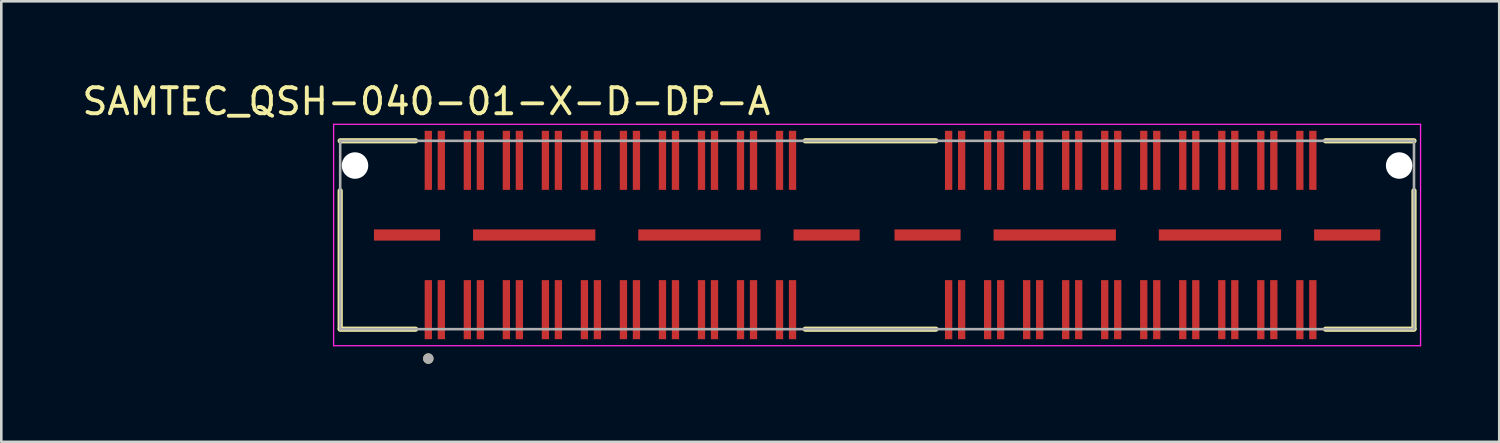
<source format=kicad_pcb>
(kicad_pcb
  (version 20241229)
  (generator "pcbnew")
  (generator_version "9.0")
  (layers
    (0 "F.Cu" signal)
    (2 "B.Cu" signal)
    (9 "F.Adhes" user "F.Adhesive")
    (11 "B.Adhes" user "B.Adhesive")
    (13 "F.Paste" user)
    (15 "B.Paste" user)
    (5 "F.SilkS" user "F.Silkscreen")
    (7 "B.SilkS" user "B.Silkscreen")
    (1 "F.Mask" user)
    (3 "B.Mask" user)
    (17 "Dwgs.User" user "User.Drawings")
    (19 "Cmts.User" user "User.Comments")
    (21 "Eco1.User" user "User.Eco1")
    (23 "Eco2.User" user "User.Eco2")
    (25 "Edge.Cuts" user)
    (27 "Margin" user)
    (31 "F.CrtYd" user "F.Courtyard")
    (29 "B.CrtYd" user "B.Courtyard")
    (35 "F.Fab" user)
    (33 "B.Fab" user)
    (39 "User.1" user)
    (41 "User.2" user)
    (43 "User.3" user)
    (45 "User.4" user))
  (footprint "SAMTEC_QSH-040-01-X-D-DP-A"
    (layer "F.Cu")
    (at 30.664 5.983)
    (property "Reference" "SAMTEC_QSH-040-01-X-D-DP-A" (at -17.325 -5.135 0) (layer "F.SilkS") (effects (font (size 1 1) (thickness 0.15))))
    (attr smd)
    (fp_line (start -20.638 3.6) (end -20.638 -1.7) (stroke (width 0.2) (type solid)) (layer "F.SilkS"))
    (fp_line (start -20.638 3.62) (end -17.74 3.62) (stroke (width 0.2) (type solid)) (layer "F.SilkS"))
    (fp_line (start -17.74 -3.62) (end -20.638 -3.62) (stroke (width 0.2) (type solid)) (layer "F.SilkS"))
    (fp_line (start -2.76 -3.62) (end 2.26 -3.62) (stroke (width 0.2) (type solid)) (layer "F.SilkS"))
    (fp_line (start 2.26 3.62) (end -2.76 3.62) (stroke (width 0.2) (type solid)) (layer "F.SilkS"))
    (fp_line (start 17.24 -3.62) (end 20.638 -3.62) (stroke (width 0.2) (type solid)) (layer "F.SilkS"))
    (fp_line (start 20.638 -1.7) (end 20.638 3.6) (stroke (width 0.2) (type solid)) (layer "F.SilkS"))
    (fp_line (start 20.638 3.62) (end 17.24 3.62) (stroke (width 0.2) (type solid)) (layer "F.SilkS"))
    (fp_circle (center -17.25 4.75) (end -17.15 4.75) (stroke (width 0.2) (type solid)) (fill no) (layer "F.SilkS"))
    (fp_line (start -20.89 -4.255) (end -20.89 4.255) (stroke (width 0.05) (type solid)) (layer "F.CrtYd"))
    (fp_line (start -20.89 4.255) (end 20.89 4.255) (stroke (width 0.05) (type solid)) (layer "F.CrtYd"))
    (fp_line (start 20.89 -4.255) (end -20.89 -4.255) (stroke (width 0.05) (type solid)) (layer "F.CrtYd"))
    (fp_line (start 20.89 4.255) (end 20.89 -4.255) (stroke (width 0.05) (type solid)) (layer "F.CrtYd"))
    (fp_line (start -20.638 -3.62) (end 20.638 -3.62) (stroke (width 0.1) (type solid)) (layer "F.Fab"))
    (fp_line (start -20.638 3.62) (end -20.638 -3.62) (stroke (width 0.1) (type solid)) (layer "F.Fab"))
    (fp_line (start 20.638 -3.62) (end 20.638 3.62) (stroke (width 0.1) (type solid)) (layer "F.Fab"))
    (fp_line (start 20.638 3.62) (end -20.638 3.62) (stroke (width 0.1) (type solid)) (layer "F.Fab"))
    (fp_circle (center -17.25 4.75) (end -17.15 4.75) (stroke (width 0.2) (type solid)) (fill no) (layer "F.Fab"))
    (pad "" np_thru_hole circle (at -20.068 -2.67) (size 1.02 1.02) (drill 1.02) (layers "*.Cu" "*.Mask"))
    (pad "" np_thru_hole circle (at 20.068 -2.67) (size 1.02 1.02) (drill 1.02) (layers "*.Cu" "*.Mask"))
    (pad "01" smd rect (at -17.25 2.87) (size 0.28 2.27) (layers "F.Cu" "F.Mask" "F.Paste"))
    (pad "02" smd rect (at -17.25 -2.87) (size 0.28 2.27) (layers "F.Cu" "F.Mask" "F.Paste"))
    (pad "03" smd rect (at -16.75 2.87) (size 0.28 2.27) (layers "F.Cu" "F.Mask" "F.Paste"))
    (pad "04" smd rect (at -16.75 -2.87) (size 0.28 2.27) (layers "F.Cu" "F.Mask" "F.Paste"))
    (pad "05" smd rect (at -15.75 2.87) (size 0.28 2.27) (layers "F.Cu" "F.Mask" "F.Paste"))
    (pad "06" smd rect (at -15.75 -2.87) (size 0.28 2.27) (layers "F.Cu" "F.Mask" "F.Paste"))
    (pad "07" smd rect (at -15.25 2.87) (size 0.28 2.27) (layers "F.Cu" "F.Mask" "F.Paste"))
    (pad "08" smd rect (at -15.25 -2.87) (size 0.28 2.27) (layers "F.Cu" "F.Mask" "F.Paste"))
    (pad "09" smd rect (at -14.25 2.87) (size 0.28 2.27) (layers "F.Cu" "F.Mask" "F.Paste"))
    (pad "10" smd rect (at -14.25 -2.87) (size 0.28 2.27) (layers "F.Cu" "F.Mask" "F.Paste"))
    (pad "11" smd rect (at -13.75 2.87) (size 0.28 2.27) (layers "F.Cu" "F.Mask" "F.Paste"))
    (pad "12" smd rect (at -13.75 -2.87) (size 0.28 2.27) (layers "F.Cu" "F.Mask" "F.Paste"))
    (pad "13" smd rect (at -12.75 2.87) (size 0.28 2.27) (layers "F.Cu" "F.Mask" "F.Paste"))
    (pad "14" smd rect (at -12.75 -2.87) (size 0.28 2.27) (layers "F.Cu" "F.Mask" "F.Paste"))
    (pad "15" smd rect (at -12.25 2.87) (size 0.28 2.27) (layers "F.Cu" "F.Mask" "F.Paste"))
    (pad "16" smd rect (at -12.25 -2.87) (size 0.28 2.27) (layers "F.Cu" "F.Mask" "F.Paste"))
    (pad "17" smd rect (at -11.25 2.87) (size 0.28 2.27) (layers "F.Cu" "F.Mask" "F.Paste"))
    (pad "18" smd rect (at -11.25 -2.87) (size 0.28 2.27) (layers "F.Cu" "F.Mask" "F.Paste"))
    (pad "19" smd rect (at -10.75 2.87) (size 0.28 2.27) (layers "F.Cu" "F.Mask" "F.Paste"))
    (pad "20" smd rect (at -10.75 -2.87) (size 0.28 2.27) (layers "F.Cu" "F.Mask" "F.Paste"))
    (pad "21" smd rect (at -9.75 2.87) (size 0.28 2.27) (layers "F.Cu" "F.Mask" "F.Paste"))
    (pad "22" smd rect (at -9.75 -2.87) (size 0.28 2.27) (layers "F.Cu" "F.Mask" "F.Paste"))
    (pad "23" smd rect (at -9.25 2.87) (size 0.28 2.27) (layers "F.Cu" "F.Mask" "F.Paste"))
    (pad "24" smd rect (at -9.25 -2.87) (size 0.28 2.27) (layers "F.Cu" "F.Mask" "F.Paste"))
    (pad "25" smd rect (at -8.25 2.87) (size 0.28 2.27) (layers "F.Cu" "F.Mask" "F.Paste"))
    (pad "26" smd rect (at -8.25 -2.87) (size 0.28 2.27) (layers "F.Cu" "F.Mask" "F.Paste"))
    (pad "27" smd rect (at -7.75 2.87) (size 0.28 2.27) (layers "F.Cu" "F.Mask" "F.Paste"))
    (pad "28" smd rect (at -7.75 -2.87) (size 0.28 2.27) (layers "F.Cu" "F.Mask" "F.Paste"))
    (pad "29" smd rect (at -6.75 2.87) (size 0.28 2.27) (layers "F.Cu" "F.Mask" "F.Paste"))
    (pad "30" smd rect (at -6.75 -2.87) (size 0.28 2.27) (layers "F.Cu" "F.Mask" "F.Paste"))
    (pad "31" smd rect (at -6.25 2.87) (size 0.28 2.27) (layers "F.Cu" "F.Mask" "F.Paste"))
    (pad "32" smd rect (at -6.25 -2.87) (size 0.28 2.27) (layers "F.Cu" "F.Mask" "F.Paste"))
    (pad "33" smd rect (at -5.25 2.87) (size 0.28 2.27) (layers "F.Cu" "F.Mask" "F.Paste"))
    (pad "34" smd rect (at -5.25 -2.87) (size 0.28 2.27) (layers "F.Cu" "F.Mask" "F.Paste"))
    (pad "35" smd rect (at -4.75 2.87) (size 0.28 2.27) (layers "F.Cu" "F.Mask" "F.Paste"))
    (pad "36" smd rect (at -4.75 -2.87) (size 0.28 2.27) (layers "F.Cu" "F.Mask" "F.Paste"))
    (pad "37" smd rect (at -3.75 2.87) (size 0.28 2.27) (layers "F.Cu" "F.Mask" "F.Paste"))
    (pad "38" smd rect (at -3.75 -2.87) (size 0.28 2.27) (layers "F.Cu" "F.Mask" "F.Paste"))
    (pad "39" smd rect (at -3.25 2.87) (size 0.28 2.27) (layers "F.Cu" "F.Mask" "F.Paste"))
    (pad "40" smd rect (at -3.25 -2.87) (size 0.28 2.27) (layers "F.Cu" "F.Mask" "F.Paste"))
    (pad "41" smd rect (at 2.75 2.87) (size 0.28 2.27) (layers "F.Cu" "F.Mask" "F.Paste"))
    (pad "42" smd rect (at 2.75 -2.87) (size 0.28 2.27) (layers "F.Cu" "F.Mask" "F.Paste"))
    (pad "43" smd rect (at 3.25 2.87) (size 0.28 2.27) (layers "F.Cu" "F.Mask" "F.Paste"))
    (pad "44" smd rect (at 3.25 -2.87) (size 0.28 2.27) (layers "F.Cu" "F.Mask" "F.Paste"))
    (pad "45" smd rect (at 4.25 2.87) (size 0.28 2.27) (layers "F.Cu" "F.Mask" "F.Paste"))
    (pad "46" smd rect (at 4.25 -2.87) (size 0.28 2.27) (layers "F.Cu" "F.Mask" "F.Paste"))
    (pad "47" smd rect (at 4.75 2.87) (size 0.28 2.27) (layers "F.Cu" "F.Mask" "F.Paste"))
    (pad "48" smd rect (at 4.75 -2.87) (size 0.28 2.27) (layers "F.Cu" "F.Mask" "F.Paste"))
    (pad "49" smd rect (at 5.75 2.87) (size 0.28 2.27) (layers "F.Cu" "F.Mask" "F.Paste"))
    (pad "50" smd rect (at 5.75 -2.87) (size 0.28 2.27) (layers "F.Cu" "F.Mask" "F.Paste"))
    (pad "51" smd rect (at 6.25 2.87) (size 0.28 2.27) (layers "F.Cu" "F.Mask" "F.Paste"))
    (pad "52" smd rect (at 6.25 -2.87) (size 0.28 2.27) (layers "F.Cu" "F.Mask" "F.Paste"))
    (pad "53" smd rect (at 7.25 2.87) (size 0.28 2.27) (layers "F.Cu" "F.Mask" "F.Paste"))
    (pad "54" smd rect (at 7.25 -2.87) (size 0.28 2.27) (layers "F.Cu" "F.Mask" "F.Paste"))
    (pad "55" smd rect (at 7.75 2.87) (size 0.28 2.27) (layers "F.Cu" "F.Mask" "F.Paste"))
    (pad "56" smd rect (at 7.75 -2.87) (size 0.28 2.27) (layers "F.Cu" "F.Mask" "F.Paste"))
    (pad "57" smd rect (at 8.75 2.87) (size 0.28 2.27) (layers "F.Cu" "F.Mask" "F.Paste"))
    (pad "58" smd rect (at 8.75 -2.87) (size 0.28 2.27) (layers "F.Cu" "F.Mask" "F.Paste"))
    (pad "59" smd rect (at 9.25 2.87) (size 0.28 2.27) (layers "F.Cu" "F.Mask" "F.Paste"))
    (pad "60" smd rect (at 9.25 -2.87) (size 0.28 2.27) (layers "F.Cu" "F.Mask" "F.Paste"))
    (pad "61" smd rect (at 10.25 2.87) (size 0.28 2.27) (layers "F.Cu" "F.Mask" "F.Paste"))
    (pad "62" smd rect (at 10.25 -2.87) (size 0.28 2.27) (layers "F.Cu" "F.Mask" "F.Paste"))
    (pad "63" smd rect (at 10.75 2.87) (size 0.28 2.27) (layers "F.Cu" "F.Mask" "F.Paste"))
    (pad "64" smd rect (at 10.75 -2.87) (size 0.28 2.27) (layers "F.Cu" "F.Mask" "F.Paste"))
    (pad "65" smd rect (at 11.75 2.87) (size 0.28 2.27) (layers "F.Cu" "F.Mask" "F.Paste"))
    (pad "66" smd rect (at 11.75 -2.87) (size 0.28 2.27) (layers "F.Cu" "F.Mask" "F.Paste"))
    (pad "67" smd rect (at 12.25 2.87) (size 0.28 2.27) (layers "F.Cu" "F.Mask" "F.Paste"))
    (pad "68" smd rect (at 12.25 -2.87) (size 0.28 2.27) (layers "F.Cu" "F.Mask" "F.Paste"))
    (pad "69" smd rect (at 13.25 2.87) (size 0.28 2.27) (layers "F.Cu" "F.Mask" "F.Paste"))
    (pad "70" smd rect (at 13.25 -2.87) (size 0.28 2.27) (layers "F.Cu" "F.Mask" "F.Paste"))
    (pad "71" smd rect (at 13.75 2.87) (size 0.28 2.27) (layers "F.Cu" "F.Mask" "F.Paste"))
    (pad "72" smd rect (at 13.75 -2.87) (size 0.28 2.27) (layers "F.Cu" "F.Mask" "F.Paste"))
    (pad "73" smd rect (at 14.75 2.87) (size 0.28 2.27) (layers "F.Cu" "F.Mask" "F.Paste"))
    (pad "74" smd rect (at 14.75 -2.87) (size 0.28 2.27) (layers "F.Cu" "F.Mask" "F.Paste"))
    (pad "75" smd rect (at 15.25 2.87) (size 0.28 2.27) (layers "F.Cu" "F.Mask" "F.Paste"))
    (pad "76" smd rect (at 15.25 -2.87) (size 0.28 2.27) (layers "F.Cu" "F.Mask" "F.Paste"))
    (pad "77" smd rect (at 16.25 2.87) (size 0.28 2.27) (layers "F.Cu" "F.Mask" "F.Paste"))
    (pad "78" smd rect (at 16.25 -2.87) (size 0.28 2.27) (layers "F.Cu" "F.Mask" "F.Paste"))
    (pad "79" smd rect (at 16.75 2.87) (size 0.28 2.27) (layers "F.Cu" "F.Mask" "F.Paste"))
    (pad "80" smd rect (at 16.75 -2.87) (size 0.28 2.27) (layers "F.Cu" "F.Mask" "F.Paste"))
    (pad "G1" smd rect (at -18.07 0) (size 2.54 0.43) (layers "F.Cu" "F.Mask" "F.Paste"))
    (pad "G2" smd rect (at -13.18 0) (size 4.7 0.43) (layers "F.Cu" "F.Mask" "F.Paste"))
    (pad "G3" smd rect (at -6.83 0) (size 4.7 0.43) (layers "F.Cu" "F.Mask" "F.Paste"))
    (pad "G4" smd rect (at -1.94 0) (size 2.54 0.43) (layers "F.Cu" "F.Mask" "F.Paste"))
    (pad "G5" smd rect (at 1.94 0) (size 2.54 0.43) (layers "F.Cu" "F.Mask" "F.Paste"))
    (pad "G6" smd rect (at 6.83 0) (size 4.7 0.43) (layers "F.Cu" "F.Mask" "F.Paste"))
    (pad "G7" smd rect (at 13.18 0) (size 4.7 0.43) (layers "F.Cu" "F.Mask" "F.Paste"))
    (pad "G8" smd rect (at 18.07 0) (size 2.54 0.43) (layers "F.Cu" "F.Mask" "F.Paste")))
  (gr_rect
    (start -3 -3)
    (end 54.579 13.933)
    (stroke (width 0.1) (type default))
    (fill no)
    (layer "Edge.Cuts")))
</source>
